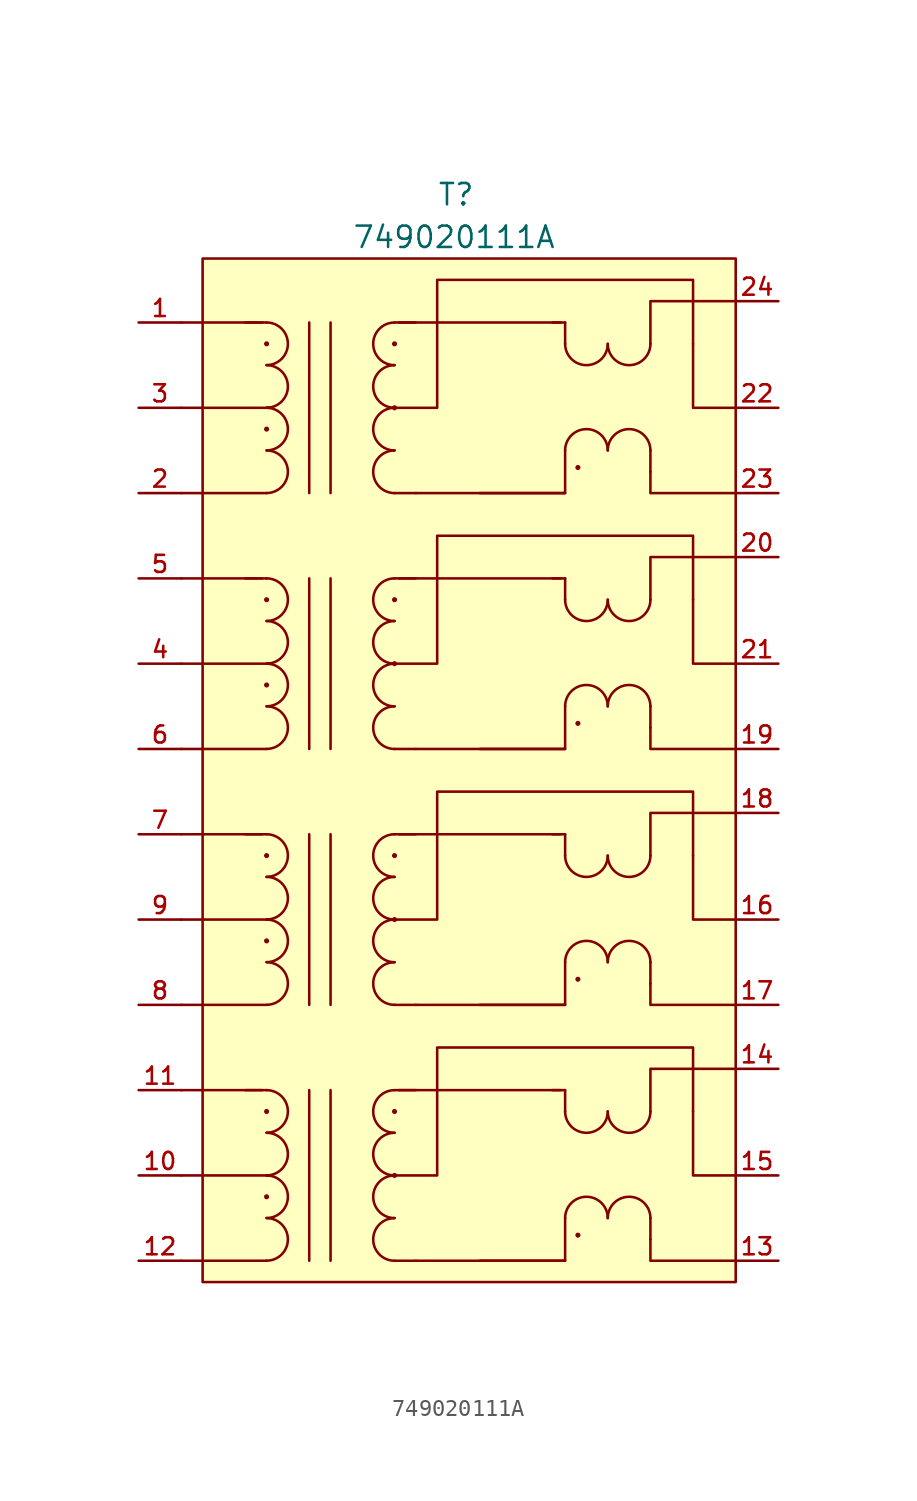
<source format=kicad_sym>
(kicad_symbol_lib
  (version 20220914)
  (generator kicad_symbol_editor)
  (symbol "749020111A"
    (pin_names
      (offset 1.016))
    (property "Reference" "T"
      (at 20.32 7.62 0)
      (effects (font (size 1.27 1.27)) (justify left)))
    (property "Value" "749020111A"
      (at 15.24 5.08 0)
      (effects (font (size 1.27 1.27)) (justify left)))
    (property "ki_locked" ""
      (at 0 0 0)
      (effects (font (size 1.27 1.27))))
    (symbol "749020111A_1_1"
      (polyline (pts (xy 5.08 -55.88) (xy 10.16 -55.88)) (stroke (width 0) (type default)) (fill (type none)))
      (polyline (pts (xy 5.08 -50.8) (xy 10.414 -50.8)) (stroke (width 0) (type default)) (fill (type none)))
      (polyline (pts (xy 5.08 -45.72) (xy 9.906 -45.72)) (stroke (width 0) (type default)) (fill (type none)))
      (polyline (pts (xy 5.08 -40.64) (xy 10.16 -40.64)) (stroke (width 0) (type default)) (fill (type none)))
      (polyline (pts (xy 5.08 -35.56) (xy 10.414 -35.56)) (stroke (width 0) (type default)) (fill (type none)))
      (polyline (pts (xy 5.08 -30.48) (xy 9.906 -30.48)) (stroke (width 0) (type default)) (fill (type none)))
      (polyline (pts (xy 5.08 -25.4) (xy 10.16 -25.4)) (stroke (width 0) (type default)) (fill (type none)))
      (polyline (pts (xy 5.08 -20.32) (xy 10.414 -20.32)) (stroke (width 0) (type default)) (fill (type none)))
      (polyline (pts (xy 5.08 -15.24) (xy 9.906 -15.24)) (stroke (width 0) (type default)) (fill (type none)))
      (polyline (pts (xy 5.08 -10.16) (xy 10.16 -10.16)) (stroke (width 0) (type default)) (fill (type none)))
      (polyline (pts (xy 5.08 -5.08) (xy 10.414 -5.08)) (stroke (width 0) (type default)) (fill (type none)))
      (polyline (pts (xy 5.08 0) (xy 9.906 0)) (stroke (width 0) (type default)) (fill (type none)))
      (polyline (pts (xy 10.16 -45.72) (xy 8.89 -45.72)) (stroke (width 0) (type default)) (fill (type none)))
      (polyline (pts (xy 10.16 -30.48) (xy 8.89 -30.48)) (stroke (width 0) (type default)) (fill (type none)))
      (polyline (pts (xy 10.16 -15.24) (xy 8.89 -15.24)) (stroke (width 0) (type default)) (fill (type none)))
      (polyline (pts (xy 10.16 0) (xy 8.89 0)) (stroke (width 0) (type default)) (fill (type none)))
      (polyline (pts (xy 12.7 -45.72) (xy 12.7 -55.88)) (stroke (width 0) (type default)) (fill (type none)))
      (polyline (pts (xy 12.7 -30.48) (xy 12.7 -40.64)) (stroke (width 0) (type default)) (fill (type none)))
      (polyline (pts (xy 12.7 -15.24) (xy 12.7 -25.4)) (stroke (width 0) (type default)) (fill (type none)))
      (polyline (pts (xy 12.7 0) (xy 12.7 -10.16)) (stroke (width 0) (type default)) (fill (type none)))
      (polyline (pts (xy 13.97 -45.72) (xy 13.97 -55.88)) (stroke (width 0) (type default)) (fill (type none)))
      (polyline (pts (xy 13.97 -30.48) (xy 13.97 -40.64)) (stroke (width 0) (type default)) (fill (type none)))
      (polyline (pts (xy 13.97 -15.24) (xy 13.97 -25.4)) (stroke (width 0) (type default)) (fill (type none)))
      (polyline (pts (xy 13.97 0) (xy 13.97 -10.16)) (stroke (width 0) (type default)) (fill (type none)))
      (polyline (pts (xy 17.78 -55.88) (xy 19.05 -55.88)) (stroke (width 0) (type default)) (fill (type none)))
      (polyline (pts (xy 17.78 -45.72) (xy 19.05 -45.72)) (stroke (width 0) (type default)) (fill (type none)))
      (polyline (pts (xy 17.78 -40.64) (xy 19.05 -40.64)) (stroke (width 0) (type default)) (fill (type none)))
      (polyline (pts (xy 17.78 -30.48) (xy 19.05 -30.48)) (stroke (width 0) (type default)) (fill (type none)))
      (polyline (pts (xy 17.78 -25.4) (xy 19.05 -25.4)) (stroke (width 0) (type default)) (fill (type none)))
      (polyline (pts (xy 17.78 -15.24) (xy 19.05 -15.24)) (stroke (width 0) (type default)) (fill (type none)))
      (polyline (pts (xy 17.78 -10.16) (xy 19.05 -10.16)) (stroke (width 0) (type default)) (fill (type none)))
      (polyline (pts (xy 17.78 0) (xy 19.05 0)) (stroke (width 0) (type default)) (fill (type none)))
      (polyline (pts (xy 18.034 -45.72) (xy 27.686 -45.72)) (stroke (width 0) (type default)) (fill (type none)))
      (polyline (pts (xy 18.034 -30.48) (xy 27.686 -30.48)) (stroke (width 0) (type default)) (fill (type none)))
      (polyline (pts (xy 18.034 -15.24) (xy 27.686 -15.24)) (stroke (width 0) (type default)) (fill (type none)))
      (polyline (pts (xy 18.034 0) (xy 27.686 0)) (stroke (width 0) (type default)) (fill (type none)))
      (polyline (pts (xy 27.94 -45.72) (xy 27.178 -45.72)) (stroke (width 0) (type default)) (fill (type none)))
      (polyline (pts (xy 27.94 -45.72) (xy 27.94 -46.99)) (stroke (width 0) (type default)) (fill (type none)))
      (polyline (pts (xy 27.94 -30.48) (xy 27.178 -30.48)) (stroke (width 0) (type default)) (fill (type none)))
      (polyline (pts (xy 27.94 -30.48) (xy 27.94 -31.75)) (stroke (width 0) (type default)) (fill (type none)))
      (polyline (pts (xy 27.94 -15.24) (xy 27.178 -15.24)) (stroke (width 0) (type default)) (fill (type none)))
      (polyline (pts (xy 27.94 -15.24) (xy 27.94 -16.51)) (stroke (width 0) (type default)) (fill (type none)))
      (polyline (pts (xy 27.94 0) (xy 27.178 0)) (stroke (width 0) (type default)) (fill (type none)))
      (polyline (pts (xy 27.94 0) (xy 27.94 -1.27)) (stroke (width 0) (type default)) (fill (type none)))
      (polyline (pts (xy 33.02 -54.61) (xy 33.02 -53.34)) (stroke (width 0) (type default)) (fill (type none)))
      (polyline (pts (xy 33.02 -39.37) (xy 33.02 -38.1)) (stroke (width 0) (type default)) (fill (type none)))
      (polyline (pts (xy 33.02 -24.13) (xy 33.02 -22.86)) (stroke (width 0) (type default)) (fill (type none)))
      (polyline (pts (xy 33.02 -8.89) (xy 33.02 -7.62)) (stroke (width 0) (type default)) (fill (type none)))
      (polyline (pts (xy 19.05 -55.88) (xy 26.67 -55.88) (xy 27.94 -55.88)) (stroke (width 0) (type default)) (fill (type none)))
      (polyline (pts (xy 19.05 -40.64) (xy 26.67 -40.64) (xy 27.94 -40.64)) (stroke (width 0) (type default)) (fill (type none)))
      (polyline (pts (xy 19.05 -25.4) (xy 26.67 -25.4) (xy 27.94 -25.4)) (stroke (width 0) (type default)) (fill (type none)))
      (polyline (pts (xy 19.05 -10.16) (xy 26.67 -10.16) (xy 27.94 -10.16)) (stroke (width 0) (type default)) (fill (type none)))
      (polyline (pts (xy 27.94 -53.34) (xy 27.94 -55.88) (xy 22.86 -55.88)) (stroke (width 0) (type default)) (fill (type none)))
      (polyline (pts (xy 27.94 -38.1) (xy 27.94 -40.64) (xy 22.86 -40.64)) (stroke (width 0) (type default)) (fill (type none)))
      (polyline (pts (xy 27.94 -22.86) (xy 27.94 -25.4) (xy 22.86 -25.4)) (stroke (width 0) (type default)) (fill (type none)))
      (polyline (pts (xy 27.94 -7.62) (xy 27.94 -10.16) (xy 22.86 -10.16)) (stroke (width 0) (type default)) (fill (type none)))
      (polyline (pts (xy 33.02 -54.61) (xy 33.02 -55.88) (xy 38.1 -55.88)) (stroke (width 0) (type default)) (fill (type none)))
      (polyline (pts (xy 33.02 -46.99) (xy 33.02 -44.45) (xy 38.1 -44.45)) (stroke (width 0) (type default)) (fill (type none)))
      (polyline (pts (xy 33.02 -39.37) (xy 33.02 -40.64) (xy 38.1 -40.64)) (stroke (width 0) (type default)) (fill (type none)))
      (polyline (pts (xy 33.02 -31.75) (xy 33.02 -29.21) (xy 38.1 -29.21)) (stroke (width 0) (type default)) (fill (type none)))
      (polyline (pts (xy 33.02 -24.13) (xy 33.02 -25.4) (xy 38.1 -25.4)) (stroke (width 0) (type default)) (fill (type none)))
      (polyline (pts (xy 33.02 -16.51) (xy 33.02 -13.97) (xy 38.1 -13.97)) (stroke (width 0) (type default)) (fill (type none)))
      (polyline (pts (xy 33.02 -8.89) (xy 33.02 -10.16) (xy 38.1 -10.16)) (stroke (width 0) (type default)) (fill (type none)))
      (polyline (pts (xy 33.02 -1.27) (xy 33.02 1.27) (xy 38.1 1.27)) (stroke (width 0) (type default)) (fill (type none)))
      (polyline (pts (xy 35.56 -46.99) (xy 35.56 -50.8) (xy 38.1 -50.8)) (stroke (width 0) (type default)) (fill (type none)))
      (polyline (pts (xy 35.56 -31.75) (xy 35.56 -35.56) (xy 38.1 -35.56)) (stroke (width 0) (type default)) (fill (type none)))
      (polyline (pts (xy 35.56 -16.51) (xy 35.56 -20.32) (xy 38.1 -20.32)) (stroke (width 0) (type default)) (fill (type none)))
      (polyline (pts (xy 35.56 -1.27) (xy 35.56 -5.08) (xy 38.1 -5.08)) (stroke (width 0) (type default)) (fill (type none)))
      (polyline (pts (xy 35.56 -46.99) (xy 35.56 -43.18) (xy 20.32 -43.18) (xy 20.32 -50.8) (xy 17.78 -50.8)) (stroke (width 0) (type default)) (fill (type none)))
      (polyline (pts (xy 35.56 -31.75) (xy 35.56 -27.94) (xy 20.32 -27.94) (xy 20.32 -35.56) (xy 17.78 -35.56)) (stroke (width 0) (type default)) (fill (type none)))
      (polyline (pts (xy 35.56 -16.51) (xy 35.56 -12.7) (xy 20.32 -12.7) (xy 20.32 -20.32) (xy 17.78 -20.32)) (stroke (width 0) (type default)) (fill (type none)))
      (polyline (pts (xy 35.56 -1.27) (xy 35.56 2.54) (xy 20.32 2.54) (xy 20.32 -5.08) (xy 17.78 -5.08)) (stroke (width 0) (type default)) (fill (type none)))
      (arc (start 10.16 -55.88) (mid 11.4245 -54.61) (end 10.16 -53.34) (stroke (width 0) (type default)) (fill (type none)))
      (arc (start 10.16 -53.34) (mid 11.4245 -52.07) (end 10.16 -50.8) (stroke (width 0) (type default)) (fill (type none)))
      (circle (center 10.16 -52.07) (radius 0.0001) (stroke (width 0) (type default)) (fill (type none)))
      (arc (start 10.16 -50.8) (mid 11.4245 -49.53) (end 10.16 -48.26) (stroke (width 0) (type default)) (fill (type none)))
      (arc (start 10.16 -48.26) (mid 11.4245 -46.99) (end 10.16 -45.72) (stroke (width 0) (type default)) (fill (type none)))
      (circle (center 10.16 -46.99) (radius 0.0001) (stroke (width 0) (type default)) (fill (type none)))
      (arc (start 10.16 -40.64) (mid 11.4245 -39.37) (end 10.16 -38.1) (stroke (width 0) (type default)) (fill (type none)))
      (arc (start 10.16 -38.1) (mid 11.4245 -36.83) (end 10.16 -35.56) (stroke (width 0) (type default)) (fill (type none)))
      (circle (center 10.16 -36.83) (radius 0.0001) (stroke (width 0) (type default)) (fill (type none)))
      (arc (start 10.16 -35.56) (mid 11.4245 -34.29) (end 10.16 -33.02) (stroke (width 0) (type default)) (fill (type none)))
      (arc (start 10.16 -33.02) (mid 11.4245 -31.75) (end 10.16 -30.48) (stroke (width 0) (type default)) (fill (type none)))
      (circle (center 10.16 -31.75) (radius 0.0001) (stroke (width 0) (type default)) (fill (type none)))
      (arc (start 10.16 -25.4) (mid 11.4245 -24.13) (end 10.16 -22.86) (stroke (width 0) (type default)) (fill (type none)))
      (arc (start 10.16 -22.86) (mid 11.4245 -21.59) (end 10.16 -20.32) (stroke (width 0) (type default)) (fill (type none)))
      (circle (center 10.16 -21.59) (radius 0.0001) (stroke (width 0) (type default)) (fill (type none)))
      (arc (start 10.16 -20.32) (mid 11.4245 -19.05) (end 10.16 -17.78) (stroke (width 0) (type default)) (fill (type none)))
      (arc (start 10.16 -17.78) (mid 11.4245 -16.51) (end 10.16 -15.24) (stroke (width 0) (type default)) (fill (type none)))
      (circle (center 10.16 -16.51) (radius 0.0001) (stroke (width 0) (type default)) (fill (type none)))
      (arc (start 10.16 -10.16) (mid 11.4245 -8.89) (end 10.16 -7.62) (stroke (width 0) (type default)) (fill (type none)))
      (arc (start 10.16 -7.62) (mid 11.4245 -6.35) (end 10.16 -5.08) (stroke (width 0) (type default)) (fill (type none)))
      (circle (center 10.16 -6.35) (radius 0.0001) (stroke (width 0) (type default)) (fill (type none)))
      (arc (start 10.16 -5.08) (mid 11.4245 -3.81) (end 10.16 -2.54) (stroke (width 0) (type default)) (fill (type none)))
      (arc (start 10.16 -2.54) (mid 11.4245 -1.27) (end 10.16 0) (stroke (width 0) (type default)) (fill (type none)))
      (circle (center 10.16 -1.27) (radius 0.0001) (stroke (width 0) (type default)) (fill (type none)))
      (arc (start 17.78 -53.34) (mid 16.5155 -54.61) (end 17.78 -55.88) (stroke (width 0) (type default)) (fill (type none)))
      (arc (start 17.78 -50.8) (mid 16.5155 -52.07) (end 17.78 -53.34) (stroke (width 0) (type default)) (fill (type none)))
      (circle (center 17.78 -50.8) (radius 0.0001) (stroke (width 0) (type default)) (fill (type none)))
      (arc (start 17.78 -48.26) (mid 16.5155 -49.53) (end 17.78 -50.8) (stroke (width 0) (type default)) (fill (type none)))
      (circle (center 17.78 -46.99) (radius 0.0001) (stroke (width 0) (type default)) (fill (type none)))
      (arc (start 17.78 -45.72) (mid 16.5155 -46.99) (end 17.78 -48.26) (stroke (width 0) (type default)) (fill (type none)))
      (arc (start 17.78 -38.1) (mid 16.5155 -39.37) (end 17.78 -40.64) (stroke (width 0) (type default)) (fill (type none)))
      (arc (start 17.78 -35.56) (mid 16.5155 -36.83) (end 17.78 -38.1) (stroke (width 0) (type default)) (fill (type none)))
      (circle (center 17.78 -35.56) (radius 0.0001) (stroke (width 0) (type default)) (fill (type none)))
      (arc (start 17.78 -33.02) (mid 16.5155 -34.29) (end 17.78 -35.56) (stroke (width 0) (type default)) (fill (type none)))
      (circle (center 17.78 -31.75) (radius 0.0001) (stroke (width 0) (type default)) (fill (type none)))
      (arc (start 17.78 -30.48) (mid 16.5155 -31.75) (end 17.78 -33.02) (stroke (width 0) (type default)) (fill (type none)))
      (arc (start 17.78 -22.86) (mid 16.5155 -24.13) (end 17.78 -25.4) (stroke (width 0) (type default)) (fill (type none)))
      (arc (start 17.78 -20.32) (mid 16.5155 -21.59) (end 17.78 -22.86) (stroke (width 0) (type default)) (fill (type none)))
      (circle (center 17.78 -20.32) (radius 0.0001) (stroke (width 0) (type default)) (fill (type none)))
      (arc (start 17.78 -17.78) (mid 16.5155 -19.05) (end 17.78 -20.32) (stroke (width 0) (type default)) (fill (type none)))
      (circle (center 17.78 -16.51) (radius 0.0001) (stroke (width 0) (type default)) (fill (type none)))
      (arc (start 17.78 -15.24) (mid 16.5155 -16.51) (end 17.78 -17.78) (stroke (width 0) (type default)) (fill (type none)))
      (arc (start 17.78 -7.62) (mid 16.5155 -8.89) (end 17.78 -10.16) (stroke (width 0) (type default)) (fill (type none)))
      (arc (start 17.78 -5.08) (mid 16.5155 -6.35) (end 17.78 -7.62) (stroke (width 0) (type default)) (fill (type none)))
      (circle (center 17.78 -5.08) (radius 0.0001) (stroke (width 0) (type default)) (fill (type none)))
      (arc (start 17.78 -2.54) (mid 16.5155 -3.81) (end 17.78 -5.08) (stroke (width 0) (type default)) (fill (type none)))
      (circle (center 17.78 -1.27) (radius 0.0001) (stroke (width 0) (type default)) (fill (type none)))
      (arc (start 17.78 0) (mid 16.5155 -1.27) (end 17.78 -2.54) (stroke (width 0) (type default)) (fill (type none)))
      (arc (start 27.94 -46.99) (mid 29.21 -48.2545) (end 30.48 -46.99) (stroke (width 0) (type default)) (fill (type none)))
      (arc (start 27.94 -31.75) (mid 29.21 -33.0145) (end 30.48 -31.75) (stroke (width 0) (type default)) (fill (type none)))
      (arc (start 27.94 -16.51) (mid 29.21 -17.7745) (end 30.48 -16.51) (stroke (width 0) (type default)) (fill (type none)))
      (arc (start 27.94 -1.27) (mid 29.21 -2.5345) (end 30.48 -1.27) (stroke (width 0) (type default)) (fill (type none)))
      (circle (center 28.702 -54.356) (radius 0.0001) (stroke (width 0) (type default)) (fill (type none)))
      (circle (center 28.702 -39.116) (radius 0.0001) (stroke (width 0) (type default)) (fill (type none)))
      (circle (center 28.702 -23.876) (radius 0.0001) (stroke (width 0) (type default)) (fill (type none)))
      (circle (center 28.702 -8.636) (radius 0.0001) (stroke (width 0) (type default)) (fill (type none)))
      (arc (start 30.48 -53.34) (mid 29.21 -52.0755) (end 27.94 -53.34) (stroke (width 0) (type default)) (fill (type none)))
      (arc (start 30.48 -46.99) (mid 31.75 -48.2545) (end 33.02 -46.99) (stroke (width 0) (type default)) (fill (type none)))
      (arc (start 30.48 -38.1) (mid 29.21 -36.8355) (end 27.94 -38.1) (stroke (width 0) (type default)) (fill (type none)))
      (arc (start 30.48 -31.75) (mid 31.75 -33.0145) (end 33.02 -31.75) (stroke (width 0) (type default)) (fill (type none)))
      (arc (start 30.48 -22.86) (mid 29.21 -21.5955) (end 27.94 -22.86) (stroke (width 0) (type default)) (fill (type none)))
      (arc (start 30.48 -16.51) (mid 31.75 -17.7745) (end 33.02 -16.51) (stroke (width 0) (type default)) (fill (type none)))
      (arc (start 30.48 -7.62) (mid 29.21 -6.3555) (end 27.94 -7.62) (stroke (width 0) (type default)) (fill (type none)))
      (arc (start 30.48 -1.27) (mid 31.75 -2.5345) (end 33.02 -1.27) (stroke (width 0) (type default)) (fill (type none)))
      (arc (start 33.02 -53.34) (mid 31.75 -52.0755) (end 30.48 -53.34) (stroke (width 0) (type default)) (fill (type none)))
      (arc (start 33.02 -38.1) (mid 31.75 -36.8355) (end 30.48 -38.1) (stroke (width 0) (type default)) (fill (type none)))
      (arc (start 33.02 -22.86) (mid 31.75 -21.5955) (end 30.48 -22.86) (stroke (width 0) (type default)) (fill (type none)))
      (arc (start 33.02 -7.62) (mid 31.75 -6.3555) (end 30.48 -7.62) (stroke (width 0) (type default)) (fill (type none)))
      (rectangle (start 38.1 3.81) (end 6.35 -57.15) (stroke (width 0) (type default)) (fill (type background)))
      (pin passive line (at 2.54 0 0) (length 2.54) (name "D1+" (effects (font (size 0 0)))) (number "1" (effects (font (size 1.016 1.016)))))
      (pin passive line (at 2.54 -50.8 0) (length 2.54) (name "CD4" (effects (font (size 0 0)))) (number "10" (effects (font (size 1.016 1.016)))))
      (pin passive line (at 2.54 -45.72 0) (length 2.54) (name "D4+" (effects (font (size 0 0)))) (number "11" (effects (font (size 1.016 1.016)))))
      (pin passive line (at 2.54 -55.88 0) (length 2.54) (name "D4-" (effects (font (size 0 0)))) (number "12" (effects (font (size 1.016 1.016)))))
      (pin passive line (at 40.64 -55.88 180) (length 2.54) (name "X4-" (effects (font (size 0 0)))) (number "13" (effects (font (size 1.016 1.016)))))
      (pin passive line (at 40.64 -44.45 180) (length 2.54) (name "X4+" (effects (font (size 0 0)))) (number "14" (effects (font (size 1.016 1.016)))))
      (pin passive line (at 40.64 -50.8 180) (length 2.54) (name "CX4" (effects (font (size 0 0)))) (number "15" (effects (font (size 1.016 1.016)))))
      (pin passive line (at 40.64 -35.56 180) (length 2.54) (name "CX3" (effects (font (size 0 0)))) (number "16" (effects (font (size 1.016 1.016)))))
      (pin passive line (at 40.64 -40.64 180) (length 2.54) (name "X3-" (effects (font (size 0 0)))) (number "17" (effects (font (size 1.016 1.016)))))
      (pin passive line (at 40.64 -29.21 180) (length 2.54) (name "X3+" (effects (font (size 0 0)))) (number "18" (effects (font (size 1.016 1.016)))))
      (pin passive line (at 40.64 -25.4 180) (length 2.54) (name "X2-" (effects (font (size 0 0)))) (number "19" (effects (font (size 1.016 1.016)))))
      (pin passive line (at 2.54 -10.16 0) (length 2.54) (name "D1-" (effects (font (size 0 0)))) (number "2" (effects (font (size 1.016 1.016)))))
      (pin passive line (at 40.64 -13.97 180) (length 2.54) (name "X2+" (effects (font (size 0 0)))) (number "20" (effects (font (size 1.016 1.016)))))
      (pin passive line (at 40.64 -20.32 180) (length 2.54) (name "CX2" (effects (font (size 0 0)))) (number "21" (effects (font (size 1.016 1.016)))))
      (pin passive line (at 40.64 -5.08 180) (length 2.54) (name "CX1" (effects (font (size 0 0)))) (number "22" (effects (font (size 1.016 1.016)))))
      (pin passive line (at 40.64 -10.16 180) (length 2.54) (name "X1-" (effects (font (size 0 0)))) (number "23" (effects (font (size 1.016 1.016)))))
      (pin passive line (at 40.64 1.27 180) (length 2.54) (name "X1+" (effects (font (size 0 0)))) (number "24" (effects (font (size 1.016 1.016)))))
      (pin passive line (at 2.54 -5.08 0) (length 2.54) (name "CD1" (effects (font (size 0 0)))) (number "3" (effects (font (size 1.016 1.016)))))
      (pin passive line (at 2.54 -20.32 0) (length 2.54) (name "CD2" (effects (font (size 0 0)))) (number "4" (effects (font (size 1.016 1.016)))))
      (pin passive line (at 2.54 -15.24 0) (length 2.54) (name "D2+" (effects (font (size 0 0)))) (number "5" (effects (font (size 1.016 1.016)))))
      (pin passive line (at 2.54 -25.4 0) (length 2.54) (name "D2-" (effects (font (size 0 0)))) (number "6" (effects (font (size 1.016 1.016)))))
      (pin passive line (at 2.54 -30.48 0) (length 2.54) (name "D3+" (effects (font (size 0 0)))) (number "7" (effects (font (size 1.016 1.016)))))
      (pin passive line (at 2.54 -40.64 0) (length 2.54) (name "D3-" (effects (font (size 0 0)))) (number "8" (effects (font (size 1.016 1.016)))))
      (pin passive line (at 2.54 -35.56 0) (length 2.54) (name "CD3" (effects (font (size 0 0)))) (number "9" (effects (font (size 1.016 1.016))))))))
</source>
